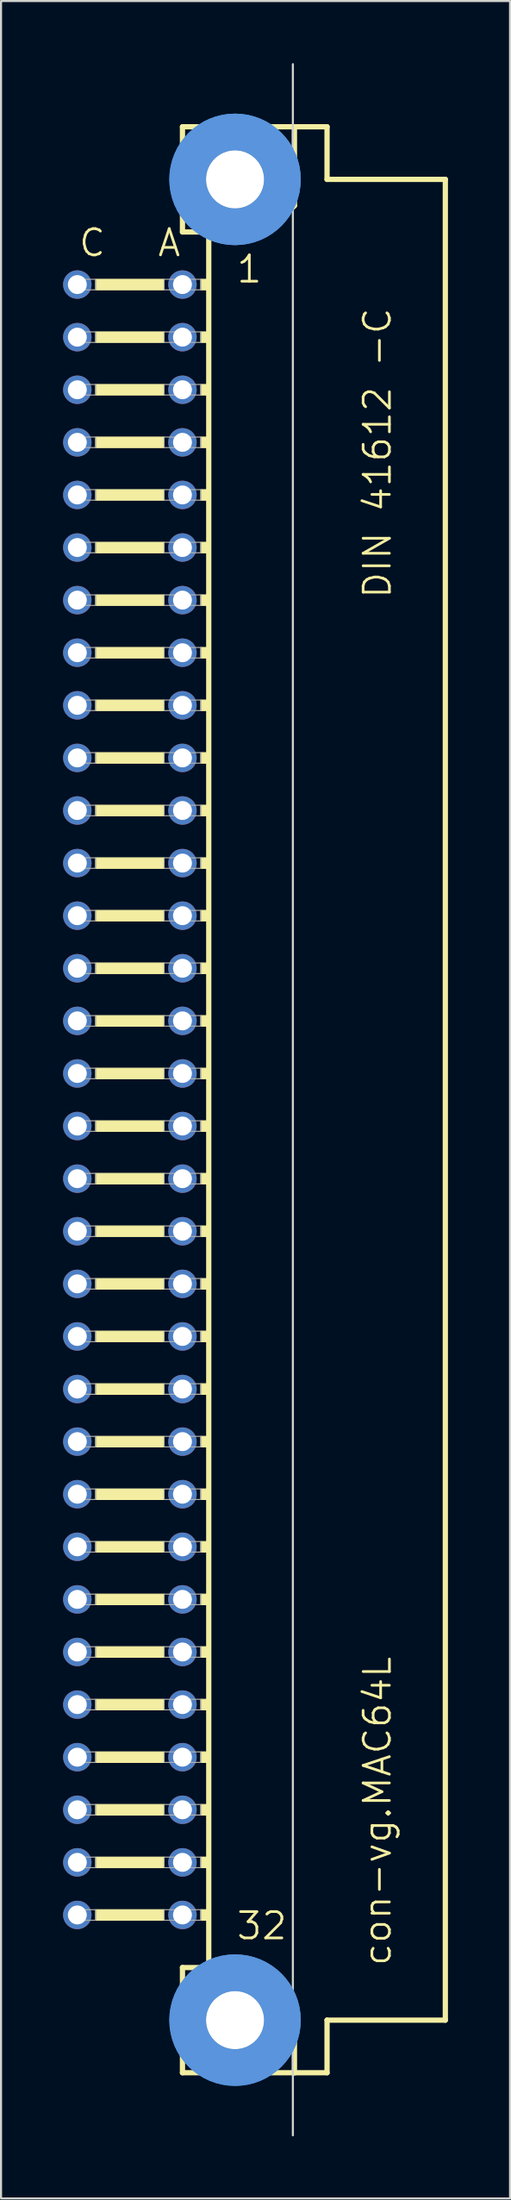
<source format=kicad_pcb>
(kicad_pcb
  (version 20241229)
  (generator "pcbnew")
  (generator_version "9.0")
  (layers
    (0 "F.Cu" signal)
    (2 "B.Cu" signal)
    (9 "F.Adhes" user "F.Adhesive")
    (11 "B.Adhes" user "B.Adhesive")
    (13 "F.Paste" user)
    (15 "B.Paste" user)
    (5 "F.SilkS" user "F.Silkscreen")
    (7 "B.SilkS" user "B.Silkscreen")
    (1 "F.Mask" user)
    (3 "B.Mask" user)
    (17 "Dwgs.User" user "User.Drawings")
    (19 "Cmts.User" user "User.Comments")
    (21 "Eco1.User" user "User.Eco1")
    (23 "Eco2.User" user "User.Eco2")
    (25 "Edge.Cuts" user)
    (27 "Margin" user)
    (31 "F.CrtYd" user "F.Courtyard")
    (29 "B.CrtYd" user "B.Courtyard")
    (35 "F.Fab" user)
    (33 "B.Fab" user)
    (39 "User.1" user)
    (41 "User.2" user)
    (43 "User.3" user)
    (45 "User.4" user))
  (footprint "con-vg.MAC64L"
    (layer "F.Cu")
    (at 8.306 50.063)
    (property "Reference" "con-vg.MAC64L" (at 7.62 41.91 90) (layer "F.SilkS") (effects (font (size 1.27 1.27) (thickness 0.13)) (justify left bottom)))
    (attr through_hole)
    (fp_line (start -2.54 -46.99) (end -2.54 -41.91) (stroke (width 0.254) (type default)) (layer "F.SilkS"))
    (fp_line (start -2.54 -41.91) (end -1.27 -41.91) (stroke (width 0.254) (type default)) (layer "F.SilkS"))
    (fp_line (start -2.54 41.91) (end -2.54 46.99) (stroke (width 0.254) (type default)) (layer "F.SilkS"))
    (fp_line (start -2.54 41.91) (end -1.27 41.91) (stroke (width 0.254) (type default)) (layer "F.SilkS"))
    (fp_line (start -2.54 46.99) (end 2.87 46.99) (stroke (width 0.254) (type default)) (layer "F.SilkS"))
    (fp_line (start -1.27 -41.91) (end -1.27 41.91) (stroke (width 0.254) (type default)) (layer "F.SilkS"))
    (fp_line (start -1.27 -41.91) (end 1.6 -41.91) (stroke (width 0.254) (type default)) (layer "F.SilkS"))
    (fp_line (start -1.27 41.91) (end 1.27 41.91) (stroke (width 0.254) (type default)) (layer "F.SilkS"))
    (fp_line (start 1.6 -41.91) (end 2.87 -43.18) (stroke (width 0.254) (type default)) (layer "F.SilkS"))
    (fp_line (start 2.87 -46.99) (end -2.54 -46.99) (stroke (width 0.254) (type default)) (layer "F.SilkS"))
    (fp_line (start 2.87 -43.18) (end 2.87 -46.99) (stroke (width 0.254) (type default)) (layer "F.SilkS"))
    (fp_line (start 2.87 43.51) (end 1.27 41.91) (stroke (width 0.254) (type default)) (layer "F.SilkS"))
    (fp_line (start 2.87 43.51) (end 2.87 46.99) (stroke (width 0.254) (type default)) (layer "F.SilkS"))
    (fp_line (start 2.87 46.99) (end 4.445 46.99) (stroke (width 0.254) (type default)) (layer "F.SilkS"))
    (fp_line (start 4.445 -46.99) (end 2.87 -46.99) (stroke (width 0.254) (type default)) (layer "F.SilkS"))
    (fp_line (start 4.445 -44.45) (end 4.445 -46.99) (stroke (width 0.254) (type default)) (layer "F.SilkS"))
    (fp_line (start 4.445 44.45) (end 10.16 44.45) (stroke (width 0.254) (type default)) (layer "F.SilkS"))
    (fp_line (start 4.445 46.99) (end 4.445 44.45) (stroke (width 0.254) (type default)) (layer "F.SilkS"))
    (fp_line (start 10.16 -44.45) (end 4.445 -44.45) (stroke (width 0.254) (type default)) (layer "F.SilkS"))
    (fp_line (start 10.16 44.45) (end 10.16 -44.45) (stroke (width 0.254) (type default)) (layer "F.SilkS"))
    (fp_rect (start -6.731 -39.116) (end -3.429 -39.624) (stroke (width 0.05) (type default)) (fill yes) (layer "F.SilkS"))
    (fp_rect (start -6.731 -36.576) (end -3.429 -37.084) (stroke (width 0.05) (type default)) (fill yes) (layer "F.SilkS"))
    (fp_rect (start -6.731 -34.036) (end -3.429 -34.544) (stroke (width 0.05) (type default)) (fill yes) (layer "F.SilkS"))
    (fp_rect (start -6.731 -31.496) (end -3.429 -32.004) (stroke (width 0.05) (type default)) (fill yes) (layer "F.SilkS"))
    (fp_rect (start -6.731 -28.956) (end -3.429 -29.464) (stroke (width 0.05) (type default)) (fill yes) (layer "F.SilkS"))
    (fp_rect (start -6.731 -26.416) (end -3.429 -26.924) (stroke (width 0.05) (type default)) (fill yes) (layer "F.SilkS"))
    (fp_rect (start -6.731 -23.876) (end -3.429 -24.384) (stroke (width 0.05) (type default)) (fill yes) (layer "F.SilkS"))
    (fp_rect (start -6.731 -21.336) (end -3.429 -21.844) (stroke (width 0.05) (type default)) (fill yes) (layer "F.SilkS"))
    (fp_rect (start -6.731 -18.796) (end -3.429 -19.304) (stroke (width 0.05) (type default)) (fill yes) (layer "F.SilkS"))
    (fp_rect (start -6.731 -16.256) (end -3.429 -16.764) (stroke (width 0.05) (type default)) (fill yes) (layer "F.SilkS"))
    (fp_rect (start -6.731 -13.716) (end -3.429 -14.224) (stroke (width 0.05) (type default)) (fill yes) (layer "F.SilkS"))
    (fp_rect (start -6.731 -11.176) (end -3.429 -11.684) (stroke (width 0.05) (type default)) (fill yes) (layer "F.SilkS"))
    (fp_rect (start -6.731 -8.636) (end -3.429 -9.144) (stroke (width 0.05) (type default)) (fill yes) (layer "F.SilkS"))
    (fp_rect (start -6.731 -6.096) (end -3.429 -6.604) (stroke (width 0.05) (type default)) (fill yes) (layer "F.SilkS"))
    (fp_rect (start -6.731 -3.556) (end -3.429 -4.064) (stroke (width 0.05) (type default)) (fill yes) (layer "F.SilkS"))
    (fp_rect (start -6.731 -1.016) (end -3.429 -1.524) (stroke (width 0.05) (type default)) (fill yes) (layer "F.SilkS"))
    (fp_rect (start -6.731 1.524) (end -3.429 1.016) (stroke (width 0.05) (type default)) (fill yes) (layer "F.SilkS"))
    (fp_rect (start -6.731 4.064) (end -3.429 3.556) (stroke (width 0.05) (type default)) (fill yes) (layer "F.SilkS"))
    (fp_rect (start -6.731 6.604) (end -3.429 6.096) (stroke (width 0.05) (type default)) (fill yes) (layer "F.SilkS"))
    (fp_rect (start -6.731 9.144) (end -3.429 8.636) (stroke (width 0.05) (type default)) (fill yes) (layer "F.SilkS"))
    (fp_rect (start -6.731 11.684) (end -3.429 11.176) (stroke (width 0.05) (type default)) (fill yes) (layer "F.SilkS"))
    (fp_rect (start -6.731 14.224) (end -3.429 13.716) (stroke (width 0.05) (type default)) (fill yes) (layer "F.SilkS"))
    (fp_rect (start -6.731 16.764) (end -3.429 16.256) (stroke (width 0.05) (type default)) (fill yes) (layer "F.SilkS"))
    (fp_rect (start -6.731 19.304) (end -3.429 18.796) (stroke (width 0.05) (type default)) (fill yes) (layer "F.SilkS"))
    (fp_rect (start -6.731 21.844) (end -3.429 21.336) (stroke (width 0.05) (type default)) (fill yes) (layer "F.SilkS"))
    (fp_rect (start -6.731 24.384) (end -3.429 23.876) (stroke (width 0.05) (type default)) (fill yes) (layer "F.SilkS"))
    (fp_rect (start -6.731 26.924) (end -3.429 26.416) (stroke (width 0.05) (type default)) (fill yes) (layer "F.SilkS"))
    (fp_rect (start -6.731 29.464) (end -3.429 28.956) (stroke (width 0.05) (type default)) (fill yes) (layer "F.SilkS"))
    (fp_rect (start -6.731 32.004) (end -3.429 31.496) (stroke (width 0.05) (type default)) (fill yes) (layer "F.SilkS"))
    (fp_rect (start -6.731 34.544) (end -3.429 34.036) (stroke (width 0.05) (type default)) (fill yes) (layer "F.SilkS"))
    (fp_rect (start -6.731 37.084) (end -3.429 36.576) (stroke (width 0.05) (type default)) (fill yes) (layer "F.SilkS"))
    (fp_rect (start -6.731 39.624) (end -3.429 39.116) (stroke (width 0.05) (type default)) (fill yes) (layer "F.SilkS"))
    (fp_rect (start -1.651 -39.116) (end -1.27 -39.624) (stroke (width 0.05) (type default)) (fill yes) (layer "F.SilkS"))
    (fp_rect (start -1.651 -36.576) (end -1.27 -37.084) (stroke (width 0.05) (type default)) (fill yes) (layer "F.SilkS"))
    (fp_rect (start -1.651 -34.036) (end -1.27 -34.544) (stroke (width 0.05) (type default)) (fill yes) (layer "F.SilkS"))
    (fp_rect (start -1.651 -31.496) (end -1.27 -32.004) (stroke (width 0.05) (type default)) (fill yes) (layer "F.SilkS"))
    (fp_rect (start -1.651 -28.956) (end -1.27 -29.464) (stroke (width 0.05) (type default)) (fill yes) (layer "F.SilkS"))
    (fp_rect (start -1.651 -26.416) (end -1.27 -26.924) (stroke (width 0.05) (type default)) (fill yes) (layer "F.SilkS"))
    (fp_rect (start -1.651 -23.876) (end -1.27 -24.384) (stroke (width 0.05) (type default)) (fill yes) (layer "F.SilkS"))
    (fp_rect (start -1.651 -21.336) (end -1.27 -21.844) (stroke (width 0.05) (type default)) (fill yes) (layer "F.SilkS"))
    (fp_rect (start -1.651 -18.796) (end -1.27 -19.304) (stroke (width 0.05) (type default)) (fill yes) (layer "F.SilkS"))
    (fp_rect (start -1.651 -16.256) (end -1.27 -16.764) (stroke (width 0.05) (type default)) (fill yes) (layer "F.SilkS"))
    (fp_rect (start -1.651 -13.716) (end -1.27 -14.224) (stroke (width 0.05) (type default)) (fill yes) (layer "F.SilkS"))
    (fp_rect (start -1.651 -11.176) (end -1.27 -11.684) (stroke (width 0.05) (type default)) (fill yes) (layer "F.SilkS"))
    (fp_rect (start -1.651 -8.636) (end -1.27 -9.144) (stroke (width 0.05) (type default)) (fill yes) (layer "F.SilkS"))
    (fp_rect (start -1.651 -6.096) (end -1.27 -6.604) (stroke (width 0.05) (type default)) (fill yes) (layer "F.SilkS"))
    (fp_rect (start -1.651 -3.556) (end -1.27 -4.064) (stroke (width 0.05) (type default)) (fill yes) (layer "F.SilkS"))
    (fp_rect (start -1.651 -1.016) (end -1.27 -1.524) (stroke (width 0.05) (type default)) (fill yes) (layer "F.SilkS"))
    (fp_rect (start -1.651 1.524) (end -1.27 1.016) (stroke (width 0.05) (type default)) (fill yes) (layer "F.SilkS"))
    (fp_rect (start -1.651 4.064) (end -1.27 3.556) (stroke (width 0.05) (type default)) (fill yes) (layer "F.SilkS"))
    (fp_rect (start -1.651 6.604) (end -1.27 6.096) (stroke (width 0.05) (type default)) (fill yes) (layer "F.SilkS"))
    (fp_rect (start -1.651 9.144) (end -1.27 8.636) (stroke (width 0.05) (type default)) (fill yes) (layer "F.SilkS"))
    (fp_rect (start -1.651 11.684) (end -1.27 11.176) (stroke (width 0.05) (type default)) (fill yes) (layer "F.SilkS"))
    (fp_rect (start -1.651 14.224) (end -1.27 13.716) (stroke (width 0.05) (type default)) (fill yes) (layer "F.SilkS"))
    (fp_rect (start -1.651 16.764) (end -1.27 16.256) (stroke (width 0.05) (type default)) (fill yes) (layer "F.SilkS"))
    (fp_rect (start -1.651 19.304) (end -1.27 18.796) (stroke (width 0.05) (type default)) (fill yes) (layer "F.SilkS"))
    (fp_rect (start -1.651 21.844) (end -1.27 21.336) (stroke (width 0.05) (type default)) (fill yes) (layer "F.SilkS"))
    (fp_rect (start -1.651 24.384) (end -1.27 23.876) (stroke (width 0.05) (type default)) (fill yes) (layer "F.SilkS"))
    (fp_rect (start -1.651 26.924) (end -1.27 26.416) (stroke (width 0.05) (type default)) (fill yes) (layer "F.SilkS"))
    (fp_rect (start -1.651 29.464) (end -1.27 28.956) (stroke (width 0.05) (type default)) (fill yes) (layer "F.SilkS"))
    (fp_rect (start -1.651 32.004) (end -1.27 31.496) (stroke (width 0.05) (type default)) (fill yes) (layer "F.SilkS"))
    (fp_rect (start -1.651 34.544) (end -1.27 34.036) (stroke (width 0.05) (type default)) (fill yes) (layer "F.SilkS"))
    (fp_rect (start -1.651 37.084) (end -1.27 36.576) (stroke (width 0.05) (type default)) (fill yes) (layer "F.SilkS"))
    (fp_rect (start -1.651 39.624) (end -1.27 39.116) (stroke (width 0.05) (type default)) (fill yes) (layer "F.SilkS"))
    (fp_circle (center 0 -44.45) (end 1.27 -44.45) (stroke (width 0.254) (type default)) (fill no) (layer "F.SilkS"))
    (fp_circle (center 0 44.45) (end 1.27 44.45) (stroke (width 0.254) (type default)) (fill no) (layer "F.SilkS"))
    (fp_circle (center 0 -44.45) (end 2.286 -44.45) (stroke (width 1.778) (type default)) (fill no) (layer "Cmts.User"))
    (fp_circle (center 0 -44.45) (end 2.286 -44.45) (stroke (width 1.778) (type default)) (fill no) (layer "Cmts.User"))
    (fp_circle (center 0 44.45) (end 2.286 44.45) (stroke (width 1.778) (type default)) (fill no) (layer "Cmts.User"))
    (fp_circle (center 0 44.45) (end 2.286 44.45) (stroke (width 1.778) (type default)) (fill no) (layer "Cmts.User"))
    (fp_line (start 2.794 50.013) (end 2.794 -50.013) (stroke (width 0.1) (type default)) (layer "Edge.Cuts"))
    (fp_rect (start -7.874 -39.116) (end -6.731 -39.624) (stroke (width 0.05) (type default)) (fill no) (layer "F.Fab"))
    (fp_rect (start -7.874 -36.576) (end -6.731 -37.084) (stroke (width 0.05) (type default)) (fill no) (layer "F.Fab"))
    (fp_rect (start -7.874 -34.036) (end -6.731 -34.544) (stroke (width 0.05) (type default)) (fill no) (layer "F.Fab"))
    (fp_rect (start -7.874 -31.496) (end -6.731 -32.004) (stroke (width 0.05) (type default)) (fill no) (layer "F.Fab"))
    (fp_rect (start -7.874 -28.956) (end -6.731 -29.464) (stroke (width 0.05) (type default)) (fill no) (layer "F.Fab"))
    (fp_rect (start -7.874 -26.416) (end -6.731 -26.924) (stroke (width 0.05) (type default)) (fill no) (layer "F.Fab"))
    (fp_rect (start -7.874 -23.876) (end -6.731 -24.384) (stroke (width 0.05) (type default)) (fill no) (layer "F.Fab"))
    (fp_rect (start -7.874 -21.336) (end -6.731 -21.844) (stroke (width 0.05) (type default)) (fill no) (layer "F.Fab"))
    (fp_rect (start -7.874 -18.796) (end -6.731 -19.304) (stroke (width 0.05) (type default)) (fill no) (layer "F.Fab"))
    (fp_rect (start -7.874 -16.256) (end -6.731 -16.764) (stroke (width 0.05) (type default)) (fill no) (layer "F.Fab"))
    (fp_rect (start -7.874 -13.716) (end -6.731 -14.224) (stroke (width 0.05) (type default)) (fill no) (layer "F.Fab"))
    (fp_rect (start -7.874 -11.176) (end -6.731 -11.684) (stroke (width 0.05) (type default)) (fill no) (layer "F.Fab"))
    (fp_rect (start -7.874 -8.636) (end -6.731 -9.144) (stroke (width 0.05) (type default)) (fill no) (layer "F.Fab"))
    (fp_rect (start -7.874 -6.096) (end -6.731 -6.604) (stroke (width 0.05) (type default)) (fill no) (layer "F.Fab"))
    (fp_rect (start -7.874 -3.556) (end -6.731 -4.064) (stroke (width 0.05) (type default)) (fill no) (layer "F.Fab"))
    (fp_rect (start -7.874 -1.016) (end -6.731 -1.524) (stroke (width 0.05) (type default)) (fill no) (layer "F.Fab"))
    (fp_rect (start -7.874 1.524) (end -6.731 1.016) (stroke (width 0.05) (type default)) (fill no) (layer "F.Fab"))
    (fp_rect (start -7.874 4.064) (end -6.731 3.556) (stroke (width 0.05) (type default)) (fill no) (layer "F.Fab"))
    (fp_rect (start -7.874 6.604) (end -6.731 6.096) (stroke (width 0.05) (type default)) (fill no) (layer "F.Fab"))
    (fp_rect (start -7.874 9.144) (end -6.731 8.636) (stroke (width 0.05) (type default)) (fill no) (layer "F.Fab"))
    (fp_rect (start -7.874 11.684) (end -6.731 11.176) (stroke (width 0.05) (type default)) (fill no) (layer "F.Fab"))
    (fp_rect (start -7.874 14.224) (end -6.731 13.716) (stroke (width 0.05) (type default)) (fill no) (layer "F.Fab"))
    (fp_rect (start -7.874 16.764) (end -6.731 16.256) (stroke (width 0.05) (type default)) (fill no) (layer "F.Fab"))
    (fp_rect (start -7.874 19.304) (end -6.731 18.796) (stroke (width 0.05) (type default)) (fill no) (layer "F.Fab"))
    (fp_rect (start -7.874 21.844) (end -6.731 21.336) (stroke (width 0.05) (type default)) (fill no) (layer "F.Fab"))
    (fp_rect (start -7.874 24.384) (end -6.731 23.876) (stroke (width 0.05) (type default)) (fill no) (layer "F.Fab"))
    (fp_rect (start -7.874 26.924) (end -6.731 26.416) (stroke (width 0.05) (type default)) (fill no) (layer "F.Fab"))
    (fp_rect (start -7.874 29.464) (end -6.731 28.956) (stroke (width 0.05) (type default)) (fill no) (layer "F.Fab"))
    (fp_rect (start -7.874 32.004) (end -6.731 31.496) (stroke (width 0.05) (type default)) (fill no) (layer "F.Fab"))
    (fp_rect (start -7.874 34.544) (end -6.731 34.036) (stroke (width 0.05) (type default)) (fill no) (layer "F.Fab"))
    (fp_rect (start -7.874 37.084) (end -6.731 36.576) (stroke (width 0.05) (type default)) (fill no) (layer "F.Fab"))
    (fp_rect (start -7.874 39.624) (end -6.731 39.116) (stroke (width 0.05) (type default)) (fill no) (layer "F.Fab"))
    (fp_rect (start -3.429 -39.116) (end -1.651 -39.624) (stroke (width 0.05) (type default)) (fill no) (layer "F.Fab"))
    (fp_rect (start -3.429 -36.576) (end -1.651 -37.084) (stroke (width 0.05) (type default)) (fill no) (layer "F.Fab"))
    (fp_rect (start -3.429 -34.036) (end -1.651 -34.544) (stroke (width 0.05) (type default)) (fill no) (layer "F.Fab"))
    (fp_rect (start -3.429 -31.496) (end -1.651 -32.004) (stroke (width 0.05) (type default)) (fill no) (layer "F.Fab"))
    (fp_rect (start -3.429 -28.956) (end -1.651 -29.464) (stroke (width 0.05) (type default)) (fill no) (layer "F.Fab"))
    (fp_rect (start -3.429 -26.416) (end -1.651 -26.924) (stroke (width 0.05) (type default)) (fill no) (layer "F.Fab"))
    (fp_rect (start -3.429 -23.876) (end -1.651 -24.384) (stroke (width 0.05) (type default)) (fill no) (layer "F.Fab"))
    (fp_rect (start -3.429 -21.336) (end -1.651 -21.844) (stroke (width 0.05) (type default)) (fill no) (layer "F.Fab"))
    (fp_rect (start -3.429 -18.796) (end -1.651 -19.304) (stroke (width 0.05) (type default)) (fill no) (layer "F.Fab"))
    (fp_rect (start -3.429 -16.256) (end -1.651 -16.764) (stroke (width 0.05) (type default)) (fill no) (layer "F.Fab"))
    (fp_rect (start -3.429 -13.716) (end -1.651 -14.224) (stroke (width 0.05) (type default)) (fill no) (layer "F.Fab"))
    (fp_rect (start -3.429 -11.176) (end -1.651 -11.684) (stroke (width 0.05) (type default)) (fill no) (layer "F.Fab"))
    (fp_rect (start -3.429 -8.636) (end -1.651 -9.144) (stroke (width 0.05) (type default)) (fill no) (layer "F.Fab"))
    (fp_rect (start -3.429 -6.096) (end -1.651 -6.604) (stroke (width 0.05) (type default)) (fill no) (layer "F.Fab"))
    (fp_rect (start -3.429 -3.556) (end -1.651 -4.064) (stroke (width 0.05) (type default)) (fill no) (layer "F.Fab"))
    (fp_rect (start -3.429 -1.016) (end -1.651 -1.524) (stroke (width 0.05) (type default)) (fill no) (layer "F.Fab"))
    (fp_rect (start -3.429 1.524) (end -1.651 1.016) (stroke (width 0.05) (type default)) (fill no) (layer "F.Fab"))
    (fp_rect (start -3.429 4.064) (end -1.651 3.556) (stroke (width 0.05) (type default)) (fill no) (layer "F.Fab"))
    (fp_rect (start -3.429 6.604) (end -1.651 6.096) (stroke (width 0.05) (type default)) (fill no) (layer "F.Fab"))
    (fp_rect (start -3.429 9.144) (end -1.651 8.636) (stroke (width 0.05) (type default)) (fill no) (layer "F.Fab"))
    (fp_rect (start -3.429 11.684) (end -1.651 11.176) (stroke (width 0.05) (type default)) (fill no) (layer "F.Fab"))
    (fp_rect (start -3.429 14.224) (end -1.651 13.716) (stroke (width 0.05) (type default)) (fill no) (layer "F.Fab"))
    (fp_rect (start -3.429 16.764) (end -1.651 16.256) (stroke (width 0.05) (type default)) (fill no) (layer "F.Fab"))
    (fp_rect (start -3.429 19.304) (end -1.651 18.796) (stroke (width 0.05) (type default)) (fill no) (layer "F.Fab"))
    (fp_rect (start -3.429 21.844) (end -1.651 21.336) (stroke (width 0.05) (type default)) (fill no) (layer "F.Fab"))
    (fp_rect (start -3.429 24.384) (end -1.651 23.876) (stroke (width 0.05) (type default)) (fill no) (layer "F.Fab"))
    (fp_rect (start -3.429 26.924) (end -1.651 26.416) (stroke (width 0.05) (type default)) (fill no) (layer "F.Fab"))
    (fp_rect (start -3.429 29.464) (end -1.651 28.956) (stroke (width 0.05) (type default)) (fill no) (layer "F.Fab"))
    (fp_rect (start -3.429 32.004) (end -1.651 31.496) (stroke (width 0.05) (type default)) (fill no) (layer "F.Fab"))
    (fp_rect (start -3.429 34.544) (end -1.651 34.036) (stroke (width 0.05) (type default)) (fill no) (layer "F.Fab"))
    (fp_rect (start -3.429 37.084) (end -1.651 36.576) (stroke (width 0.05) (type default)) (fill no) (layer "F.Fab"))
    (fp_rect (start -3.429 39.624) (end -1.651 39.116) (stroke (width 0.05) (type default)) (fill no) (layer "F.Fab"))
    (fp_text user "C" (at -7.62 -40.64 0) (layer "F.SilkS") (effects (font (size 1.27 1.27) (thickness 0.13)) (justify left bottom)))
    (fp_text user "32" (at 0 40.64 0) (layer "F.SilkS") (effects (font (size 1.27 1.27) (thickness 0.13)) (justify left bottom)))
    (fp_text user "1" (at 0 -39.37 0) (layer "F.SilkS") (effects (font (size 1.27 1.27) (thickness 0.13)) (justify left bottom)))
    (fp_text user "DIN 41612 -C" (at 7.62 -24.13 90) (layer "F.SilkS") (effects (font (size 1.27 1.27) (thickness 0.13)) (justify left bottom)))
    (fp_text user "A" (at -3.81 -40.64 0) (layer "F.SilkS") (effects (font (size 1.27 1.27) (thickness 0.13)) (justify left bottom)))
    (pad "" np_thru_hole circle (at 0 -44.45) (size 2.794 2.794) (drill 2.794) (layers "*.Cu" "*.Mask"))
    (pad "" np_thru_hole circle (at 0 44.45) (size 2.794 2.794) (drill 2.794) (layers "*.Cu" "*.Mask"))
    (pad "A1" thru_hole circle (at -2.54 -39.37) (size 1.372 1.372) (drill 0.914) (layers "*.Cu" "*.Mask"))
    (pad "A2" thru_hole circle (at -2.54 -36.83) (size 1.372 1.372) (drill 0.914) (layers "*.Cu" "*.Mask"))
    (pad "A3" thru_hole circle (at -2.54 -34.29) (size 1.372 1.372) (drill 0.914) (layers "*.Cu" "*.Mask"))
    (pad "A4" thru_hole circle (at -2.54 -31.75) (size 1.372 1.372) (drill 0.914) (layers "*.Cu" "*.Mask"))
    (pad "A5" thru_hole circle (at -2.54 -29.21) (size 1.372 1.372) (drill 0.914) (layers "*.Cu" "*.Mask"))
    (pad "A6" thru_hole circle (at -2.54 -26.67) (size 1.372 1.372) (drill 0.914) (layers "*.Cu" "*.Mask"))
    (pad "A7" thru_hole circle (at -2.54 -24.13) (size 1.372 1.372) (drill 0.914) (layers "*.Cu" "*.Mask"))
    (pad "A8" thru_hole circle (at -2.54 -21.59) (size 1.372 1.372) (drill 0.914) (layers "*.Cu" "*.Mask"))
    (pad "A9" thru_hole circle (at -2.54 -19.05) (size 1.372 1.372) (drill 0.914) (layers "*.Cu" "*.Mask"))
    (pad "A10" thru_hole circle (at -2.54 -16.51) (size 1.372 1.372) (drill 0.914) (layers "*.Cu" "*.Mask"))
    (pad "A11" thru_hole circle (at -2.54 -13.97) (size 1.372 1.372) (drill 0.914) (layers "*.Cu" "*.Mask"))
    (pad "A12" thru_hole circle (at -2.54 -11.43) (size 1.372 1.372) (drill 0.914) (layers "*.Cu" "*.Mask"))
    (pad "A13" thru_hole circle (at -2.54 -8.89) (size 1.372 1.372) (drill 0.914) (layers "*.Cu" "*.Mask"))
    (pad "A14" thru_hole circle (at -2.54 -6.35) (size 1.372 1.372) (drill 0.914) (layers "*.Cu" "*.Mask"))
    (pad "A15" thru_hole circle (at -2.54 -3.81) (size 1.372 1.372) (drill 0.914) (layers "*.Cu" "*.Mask"))
    (pad "A16" thru_hole circle (at -2.54 -1.27) (size 1.372 1.372) (drill 0.914) (layers "*.Cu" "*.Mask"))
    (pad "A17" thru_hole circle (at -2.54 1.27) (size 1.372 1.372) (drill 0.914) (layers "*.Cu" "*.Mask"))
    (pad "A18" thru_hole circle (at -2.54 3.81) (size 1.372 1.372) (drill 0.914) (layers "*.Cu" "*.Mask"))
    (pad "A19" thru_hole circle (at -2.54 6.35) (size 1.372 1.372) (drill 0.914) (layers "*.Cu" "*.Mask"))
    (pad "A20" thru_hole circle (at -2.54 8.89) (size 1.372 1.372) (drill 0.914) (layers "*.Cu" "*.Mask"))
    (pad "A21" thru_hole circle (at -2.54 11.43) (size 1.372 1.372) (drill 0.914) (layers "*.Cu" "*.Mask"))
    (pad "A22" thru_hole circle (at -2.54 13.97) (size 1.372 1.372) (drill 0.914) (layers "*.Cu" "*.Mask"))
    (pad "A23" thru_hole circle (at -2.54 16.51) (size 1.372 1.372) (drill 0.914) (layers "*.Cu" "*.Mask"))
    (pad "A24" thru_hole circle (at -2.54 19.05) (size 1.372 1.372) (drill 0.914) (layers "*.Cu" "*.Mask"))
    (pad "A25" thru_hole circle (at -2.54 21.59) (size 1.372 1.372) (drill 0.914) (layers "*.Cu" "*.Mask"))
    (pad "A26" thru_hole circle (at -2.54 24.13) (size 1.372 1.372) (drill 0.914) (layers "*.Cu" "*.Mask"))
    (pad "A27" thru_hole circle (at -2.54 26.67) (size 1.372 1.372) (drill 0.914) (layers "*.Cu" "*.Mask"))
    (pad "A28" thru_hole circle (at -2.54 29.21) (size 1.372 1.372) (drill 0.914) (layers "*.Cu" "*.Mask"))
    (pad "A29" thru_hole circle (at -2.54 31.75) (size 1.372 1.372) (drill 0.914) (layers "*.Cu" "*.Mask"))
    (pad "A30" thru_hole circle (at -2.54 34.29) (size 1.372 1.372) (drill 0.914) (layers "*.Cu" "*.Mask"))
    (pad "A31" thru_hole circle (at -2.54 36.83) (size 1.372 1.372) (drill 0.914) (layers "*.Cu" "*.Mask"))
    (pad "A32" thru_hole circle (at -2.54 39.37) (size 1.372 1.372) (drill 0.914) (layers "*.Cu" "*.Mask"))
    (pad "C1" thru_hole circle (at -7.62 -39.37) (size 1.372 1.372) (drill 0.914) (layers "*.Cu" "*.Mask"))
    (pad "C2" thru_hole circle (at -7.62 -36.83) (size 1.372 1.372) (drill 0.914) (layers "*.Cu" "*.Mask"))
    (pad "C3" thru_hole circle (at -7.62 -34.29) (size 1.372 1.372) (drill 0.914) (layers "*.Cu" "*.Mask"))
    (pad "C4" thru_hole circle (at -7.62 -31.75) (size 1.372 1.372) (drill 0.914) (layers "*.Cu" "*.Mask"))
    (pad "C5" thru_hole circle (at -7.62 -29.21) (size 1.372 1.372) (drill 0.914) (layers "*.Cu" "*.Mask"))
    (pad "C6" thru_hole circle (at -7.62 -26.67) (size 1.372 1.372) (drill 0.914) (layers "*.Cu" "*.Mask"))
    (pad "C7" thru_hole circle (at -7.62 -24.13) (size 1.372 1.372) (drill 0.914) (layers "*.Cu" "*.Mask"))
    (pad "C8" thru_hole circle (at -7.62 -21.59) (size 1.372 1.372) (drill 0.914) (layers "*.Cu" "*.Mask"))
    (pad "C9" thru_hole circle (at -7.62 -19.05) (size 1.372 1.372) (drill 0.914) (layers "*.Cu" "*.Mask"))
    (pad "C10" thru_hole circle (at -7.62 -16.51) (size 1.372 1.372) (drill 0.914) (layers "*.Cu" "*.Mask"))
    (pad "C11" thru_hole circle (at -7.62 -13.97) (size 1.372 1.372) (drill 0.914) (layers "*.Cu" "*.Mask"))
    (pad "C12" thru_hole circle (at -7.62 -11.43) (size 1.372 1.372) (drill 0.914) (layers "*.Cu" "*.Mask"))
    (pad "C13" thru_hole circle (at -7.62 -8.89) (size 1.372 1.372) (drill 0.914) (layers "*.Cu" "*.Mask"))
    (pad "C14" thru_hole circle (at -7.62 -6.35) (size 1.372 1.372) (drill 0.914) (layers "*.Cu" "*.Mask"))
    (pad "C15" thru_hole circle (at -7.62 -3.81) (size 1.372 1.372) (drill 0.914) (layers "*.Cu" "*.Mask"))
    (pad "C16" thru_hole circle (at -7.62 -1.27) (size 1.372 1.372) (drill 0.914) (layers "*.Cu" "*.Mask"))
    (pad "C17" thru_hole circle (at -7.62 1.27) (size 1.372 1.372) (drill 0.914) (layers "*.Cu" "*.Mask"))
    (pad "C18" thru_hole circle (at -7.62 3.81) (size 1.372 1.372) (drill 0.914) (layers "*.Cu" "*.Mask"))
    (pad "C19" thru_hole circle (at -7.62 6.35) (size 1.372 1.372) (drill 0.914) (layers "*.Cu" "*.Mask"))
    (pad "C20" thru_hole circle (at -7.62 8.89) (size 1.372 1.372) (drill 0.914) (layers "*.Cu" "*.Mask"))
    (pad "C21" thru_hole circle (at -7.62 11.43) (size 1.372 1.372) (drill 0.914) (layers "*.Cu" "*.Mask"))
    (pad "C22" thru_hole circle (at -7.62 13.97) (size 1.372 1.372) (drill 0.914) (layers "*.Cu" "*.Mask"))
    (pad "C23" thru_hole circle (at -7.62 16.51) (size 1.372 1.372) (drill 0.914) (layers "*.Cu" "*.Mask"))
    (pad "C24" thru_hole circle (at -7.62 19.05) (size 1.372 1.372) (drill 0.914) (layers "*.Cu" "*.Mask"))
    (pad "C25" thru_hole circle (at -7.62 21.59) (size 1.372 1.372) (drill 0.914) (layers "*.Cu" "*.Mask"))
    (pad "C26" thru_hole circle (at -7.62 24.13) (size 1.372 1.372) (drill 0.914) (layers "*.Cu" "*.Mask"))
    (pad "C27" thru_hole circle (at -7.62 26.67) (size 1.372 1.372) (drill 0.914) (layers "*.Cu" "*.Mask"))
    (pad "C28" thru_hole circle (at -7.62 29.21) (size 1.372 1.372) (drill 0.914) (layers "*.Cu" "*.Mask"))
    (pad "C29" thru_hole circle (at -7.62 31.75) (size 1.372 1.372) (drill 0.914) (layers "*.Cu" "*.Mask"))
    (pad "C30" thru_hole circle (at -7.62 34.29) (size 1.372 1.372) (drill 0.914) (layers "*.Cu" "*.Mask"))
    (pad "C31" thru_hole circle (at -7.62 36.83) (size 1.372 1.372) (drill 0.914) (layers "*.Cu" "*.Mask"))
    (pad "C32" thru_hole circle (at -7.62 39.37) (size 1.372 1.372) (drill 0.914) (layers "*.Cu" "*.Mask")))
  (gr_rect
    (start -3 -3)
    (end 21.593 103.125)
    (stroke (width 0.1) (type default))
    (fill no)
    (layer "Edge.Cuts")))
</source>
